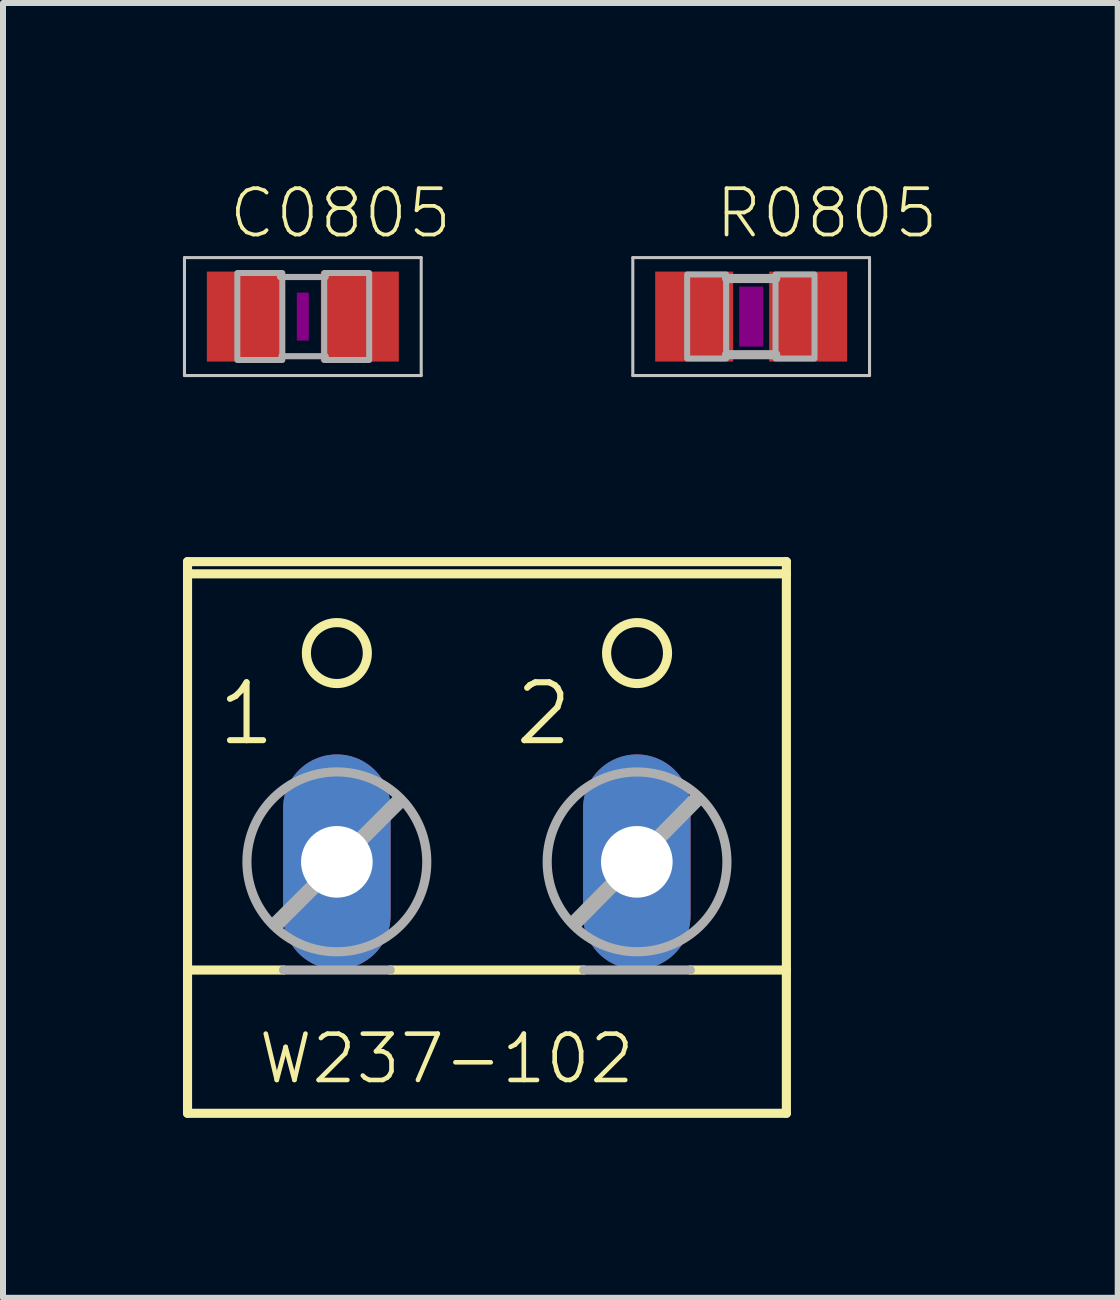
<source format=kicad_pcb>
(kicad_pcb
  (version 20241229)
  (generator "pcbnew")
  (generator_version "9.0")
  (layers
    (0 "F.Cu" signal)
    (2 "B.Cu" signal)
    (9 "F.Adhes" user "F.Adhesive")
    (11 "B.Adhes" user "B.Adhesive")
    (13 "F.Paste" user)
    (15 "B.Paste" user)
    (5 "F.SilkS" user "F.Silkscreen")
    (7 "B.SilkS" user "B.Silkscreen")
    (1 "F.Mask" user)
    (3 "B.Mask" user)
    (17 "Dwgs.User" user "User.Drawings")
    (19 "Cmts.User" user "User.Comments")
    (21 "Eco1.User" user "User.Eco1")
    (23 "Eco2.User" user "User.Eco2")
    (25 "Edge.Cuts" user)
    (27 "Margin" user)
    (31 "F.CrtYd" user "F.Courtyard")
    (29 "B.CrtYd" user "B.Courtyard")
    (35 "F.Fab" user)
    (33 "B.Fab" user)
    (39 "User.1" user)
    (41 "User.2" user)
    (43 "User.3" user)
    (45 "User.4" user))
  (footprint "C0805"
    (layer "F.Cu")
    (at 1.998 2.227)
    (property "Reference" "C0805" (at -1.27 -1.27 0) (layer "F.SilkS") (effects (font (size 0.772 0.772) (thickness 0.062)) (justify left bottom)))
    (attr through_hole)
    (fp_poly (pts (xy -0.1 0.4) (xy 0.1 0.4) (xy 0.1 -0.4) (xy -0.1 -0.4)) (stroke (width 0) (type solid)) (fill yes) (layer "F.Adhes"))
    (fp_line (start -1.973 -0.983) (end 1.973 -0.983) (stroke (width 0.051) (type solid)) (layer "Dwgs.User"))
    (fp_line (start -1.973 0.983) (end -1.973 -0.983) (stroke (width 0.051) (type solid)) (layer "Dwgs.User"))
    (fp_line (start 1.973 -0.983) (end 1.973 0.983) (stroke (width 0.051) (type solid)) (layer "Dwgs.User"))
    (fp_line (start 1.973 0.983) (end -1.973 0.983) (stroke (width 0.051) (type solid)) (layer "Dwgs.User"))
    (fp_line (start -0.381 -0.66) (end 0.381 -0.66) (stroke (width 0.102) (type solid)) (layer "F.Fab"))
    (fp_line (start -0.356 0.66) (end 0.381 0.66) (stroke (width 0.102) (type solid)) (layer "F.Fab"))
    (fp_poly (pts (xy -1.092 0.724) (xy -0.342 0.724) (xy -0.342 -0.726) (xy -1.092 -0.726)) (stroke (width 0.1) (type solid)) (fill no) (layer "F.Fab"))
    (fp_poly (pts (xy 0.356 0.724) (xy 1.106 0.724) (xy 1.106 -0.726) (xy 0.356 -0.726)) (stroke (width 0.1) (type solid)) (fill no) (layer "F.Fab"))
    (pad "1" smd rect (at -0.95 0) (size 1.3 1.5) (layers "F.Cu" "F.Mask" "F.Paste"))
    (pad "2" smd rect (at 0.95 0) (size 1.3 1.5) (layers "F.Cu" "F.Mask" "F.Paste")))
  (footprint "W237-102"
    (layer "F.Cu")
    (at 5.065 10.046)
    (property "Reference" "W237-102" (at -3.846 5.004 0) (layer "F.SilkS") (effects (font (size 0.772 0.772) (thickness 0.077)) (justify left bottom)))
    (attr through_hole)
    (fp_line (start -4.989 -3.531) (end -4.989 -3.734) (stroke (width 0.152) (type solid)) (layer "F.SilkS"))
    (fp_line (start -4.989 -3.531) (end 4.993 -3.531) (stroke (width 0.152) (type solid)) (layer "F.SilkS"))
    (fp_line (start -4.989 3.073) (end -4.989 -3.531) (stroke (width 0.152) (type solid)) (layer "F.SilkS"))
    (fp_line (start -4.989 3.073) (end -3.389 3.073) (stroke (width 0.152) (type solid)) (layer "F.SilkS"))
    (fp_line (start -4.989 5.461) (end -4.989 3.073) (stroke (width 0.152) (type solid)) (layer "F.SilkS"))
    (fp_line (start -4.989 5.461) (end 4.993 5.461) (stroke (width 0.152) (type solid)) (layer "F.SilkS"))
    (fp_line (start -1.611 3.073) (end 1.615 3.073) (stroke (width 0.152) (type solid)) (layer "F.SilkS"))
    (fp_line (start 3.393 3.073) (end 4.993 3.073) (stroke (width 0.152) (type solid)) (layer "F.SilkS"))
    (fp_line (start 4.993 -3.734) (end -4.989 -3.734) (stroke (width 0.152) (type solid)) (layer "F.SilkS"))
    (fp_line (start 4.993 -3.734) (end 4.993 -3.531) (stroke (width 0.152) (type solid)) (layer "F.SilkS"))
    (fp_line (start 4.993 -3.531) (end 4.993 3.073) (stroke (width 0.152) (type solid)) (layer "F.SilkS"))
    (fp_line (start 4.993 3.073) (end 4.993 5.461) (stroke (width 0.152) (type solid)) (layer "F.SilkS"))
    (fp_circle (center -2.5 -2.21) (end -1.992 -2.21) (stroke (width 0.152) (type solid)) (fill no) (layer "F.SilkS"))
    (fp_circle (center 2.504 -2.21) (end 3.012 -2.21) (stroke (width 0.152) (type solid)) (fill no) (layer "F.SilkS"))
    (fp_line (start -3.491 2.286) (end -1.484 0.279) (stroke (width 0.254) (type solid)) (layer "F.Fab"))
    (fp_line (start -3.389 3.073) (end -1.611 3.073) (stroke (width 0.152) (type solid)) (layer "F.Fab"))
    (fp_line (start 1.488 2.261) (end 3.469 0.254) (stroke (width 0.254) (type solid)) (layer "F.Fab"))
    (fp_line (start 1.615 3.073) (end 3.393 3.073) (stroke (width 0.152) (type solid)) (layer "F.Fab"))
    (fp_circle (center -2.5 1.27) (end -1.001 1.27) (stroke (width 0.152) (type solid)) (fill no) (layer "F.Fab"))
    (fp_circle (center 2.504 1.27) (end 4.002 1.27) (stroke (width 0.152) (type solid)) (fill no) (layer "F.Fab"))
    (fp_text user "2" (at 0.421 -0.635 0) (layer "F.SilkS") (effects (font (size 0.965 0.965) (thickness 0.102)) (justify left bottom)))
    (fp_text user "1" (at -4.532 -0.635 0) (layer "F.SilkS") (effects (font (size 0.965 0.965) (thickness 0.102)) (justify left bottom)))
    (pad "1" thru_hole oval (at -2.5 1.27 90) (size 3.581 1.791) (drill 1.194) (layers "*.Cu" "*.Mask"))
    (pad "2" thru_hole oval (at 2.5 1.27 90) (size 3.581 1.791) (drill 1.194) (layers "*.Cu" "*.Mask")))
  (footprint "R0805"
    (layer "F.Cu")
    (at 9.471 2.227)
    (property "Reference" "R0805" (at -0.635 -1.27 0) (layer "F.SilkS") (effects (font (size 0.772 0.772) (thickness 0.062)) (justify left bottom)))
    (attr through_hole)
    (fp_poly (pts (xy -0.2 0.5) (xy 0.2 0.5) (xy 0.2 -0.5) (xy -0.2 -0.5)) (stroke (width 0) (type solid)) (fill yes) (layer "F.Adhes"))
    (fp_line (start -1.973 -0.983) (end 1.973 -0.983) (stroke (width 0.051) (type solid)) (layer "Dwgs.User"))
    (fp_line (start -1.973 0.983) (end -1.973 -0.983) (stroke (width 0.051) (type solid)) (layer "Dwgs.User"))
    (fp_line (start 1.973 -0.983) (end 1.973 0.983) (stroke (width 0.051) (type solid)) (layer "Dwgs.User"))
    (fp_line (start 1.973 0.983) (end -1.973 0.983) (stroke (width 0.051) (type solid)) (layer "Dwgs.User"))
    (fp_line (start -0.41 -0.635) (end 0.41 -0.635) (stroke (width 0.152) (type solid)) (layer "F.Fab"))
    (fp_line (start -0.41 0.635) (end 0.41 0.635) (stroke (width 0.152) (type solid)) (layer "F.Fab"))
    (fp_poly (pts (xy -1.067 0.699) (xy -0.417 0.699) (xy -0.417 -0.702) (xy -1.067 -0.702)) (stroke (width 0.1) (type solid)) (fill no) (layer "F.Fab"))
    (fp_poly (pts (xy 0.406 0.699) (xy 1.056 0.699) (xy 1.056 -0.702) (xy 0.406 -0.702)) (stroke (width 0.1) (type solid)) (fill no) (layer "F.Fab"))
    (pad "1" smd rect (at -0.95 0) (size 1.3 1.5) (layers "F.Cu" "F.Mask" "F.Paste"))
    (pad "2" smd rect (at 0.95 0) (size 1.3 1.5) (layers "F.Cu" "F.Mask" "F.Paste")))
  (gr_rect
    (start -3 -3)
    (end 15.581 18.583)
    (stroke (width 0.1) (type default))
    (fill no)
    (layer "Edge.Cuts")))
</source>
